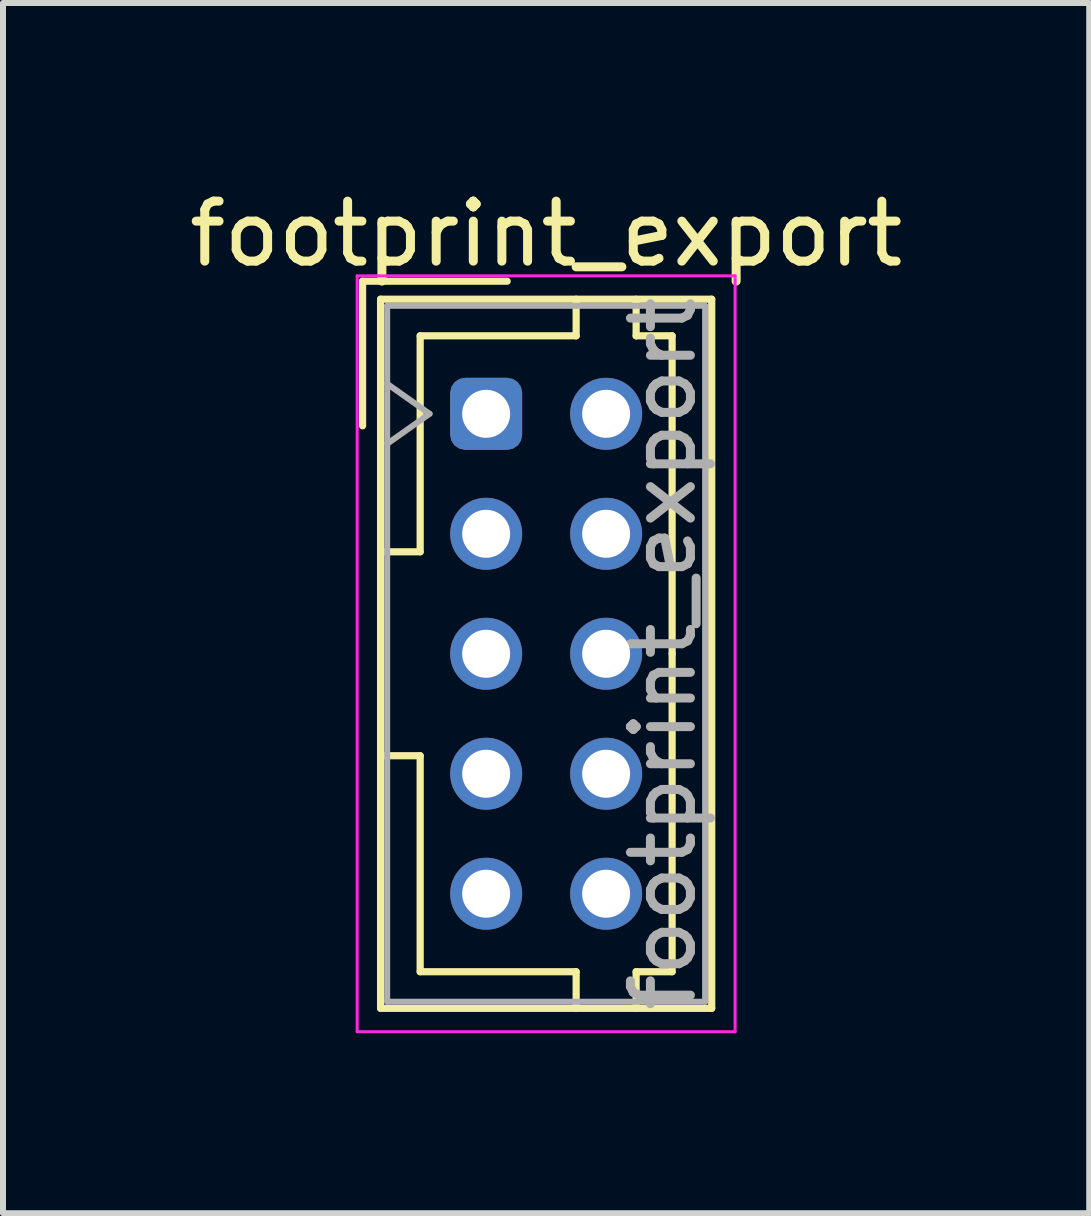
<source format=kicad_pcb>
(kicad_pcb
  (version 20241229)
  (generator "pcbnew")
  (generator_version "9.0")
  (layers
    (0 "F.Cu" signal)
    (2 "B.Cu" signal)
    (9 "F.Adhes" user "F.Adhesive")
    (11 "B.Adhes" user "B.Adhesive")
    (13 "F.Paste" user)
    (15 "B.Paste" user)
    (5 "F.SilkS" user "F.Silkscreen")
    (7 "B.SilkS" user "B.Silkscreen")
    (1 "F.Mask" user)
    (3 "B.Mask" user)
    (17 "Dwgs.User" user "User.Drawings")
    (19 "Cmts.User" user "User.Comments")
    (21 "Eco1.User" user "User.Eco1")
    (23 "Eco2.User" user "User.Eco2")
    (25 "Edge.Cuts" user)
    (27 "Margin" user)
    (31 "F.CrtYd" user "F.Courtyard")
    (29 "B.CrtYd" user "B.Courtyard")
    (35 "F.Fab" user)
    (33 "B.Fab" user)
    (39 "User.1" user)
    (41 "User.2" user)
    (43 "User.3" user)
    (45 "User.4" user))
  (footprint "footprint_export"
    (layer "F.Cu")
    (at 5.054 3.848)
    (property "Reference" "footprint_export" (at 1 -3 0) (layer "F.SilkS") (effects (font (size 1 1) (thickness 0.15))))
    (attr through_hole)
    (fp_line (start -2.06 -2.21) (end -2.06 0.2) (stroke (width 0.12) (type solid)) (layer "F.SilkS"))
    (fp_line (start -1.76 -1.91) (end -1.76 9.91) (stroke (width 0.12) (type solid)) (layer "F.SilkS"))
    (fp_line (start -1.76 9.91) (end 3.76 9.91) (stroke (width 0.12) (type solid)) (layer "F.SilkS"))
    (fp_line (start -1.1 -1.3) (end -1.1 2.3) (stroke (width 0.12) (type solid)) (layer "F.SilkS"))
    (fp_line (start -1.1 2.3) (end -1.76 2.3) (stroke (width 0.12) (type solid)) (layer "F.SilkS"))
    (fp_line (start -1.1 5.7) (end -1.76 5.7) (stroke (width 0.12) (type solid)) (layer "F.SilkS"))
    (fp_line (start -1.1 9.3) (end -1.1 5.7) (stroke (width 0.12) (type solid)) (layer "F.SilkS"))
    (fp_line (start 0.35 -2.21) (end -2.06 -2.21) (stroke (width 0.12) (type solid)) (layer "F.SilkS"))
    (fp_line (start 1.5 -1.91) (end 1.5 -1.3) (stroke (width 0.12) (type solid)) (layer "F.SilkS"))
    (fp_line (start 1.5 -1.3) (end -1.1 -1.3) (stroke (width 0.12) (type solid)) (layer "F.SilkS"))
    (fp_line (start 1.5 9.3) (end -1.1 9.3) (stroke (width 0.12) (type solid)) (layer "F.SilkS"))
    (fp_line (start 1.5 9.91) (end 1.5 9.3) (stroke (width 0.12) (type solid)) (layer "F.SilkS"))
    (fp_line (start 2.5 -1.91) (end 2.5 -1.3) (stroke (width 0.12) (type solid)) (layer "F.SilkS"))
    (fp_line (start 2.5 -1.3) (end 3.1 -1.3) (stroke (width 0.12) (type solid)) (layer "F.SilkS"))
    (fp_line (start 2.5 9.3) (end 3.1 9.3) (stroke (width 0.12) (type solid)) (layer "F.SilkS"))
    (fp_line (start 2.5 9.91) (end 2.5 9.3) (stroke (width 0.12) (type solid)) (layer "F.SilkS"))
    (fp_line (start 3.1 -1.3) (end 3.1 4) (stroke (width 0.12) (type solid)) (layer "F.SilkS"))
    (fp_line (start 3.1 9.3) (end 3.1 4) (stroke (width 0.12) (type solid)) (layer "F.SilkS"))
    (fp_line (start 3.76 -1.91) (end -1.76 -1.91) (stroke (width 0.12) (type solid)) (layer "F.SilkS"))
    (fp_line (start 3.76 9.91) (end 3.76 -1.91) (stroke (width 0.12) (type solid)) (layer "F.SilkS"))
    (fp_line (start -2.15 -2.3) (end -2.15 10.3) (stroke (width 0.05) (type solid)) (layer "F.CrtYd"))
    (fp_line (start -2.15 10.3) (end 4.15 10.3) (stroke (width 0.05) (type solid)) (layer "F.CrtYd"))
    (fp_line (start 4.15 -2.3) (end -2.15 -2.3) (stroke (width 0.05) (type solid)) (layer "F.CrtYd"))
    (fp_line (start 4.15 10.3) (end 4.15 -2.3) (stroke (width 0.05) (type solid)) (layer "F.CrtYd"))
    (fp_line (start -1.65 -1.8) (end -1.65 9.8) (stroke (width 0.1) (type solid)) (layer "F.Fab"))
    (fp_line (start -1.65 0.5) (end -0.943 0) (stroke (width 0.1) (type solid)) (layer "F.Fab"))
    (fp_line (start -1.65 9.8) (end 3.65 9.8) (stroke (width 0.1) (type solid)) (layer "F.Fab"))
    (fp_line (start -0.943 0) (end -1.65 -0.5) (stroke (width 0.1) (type solid)) (layer "F.Fab"))
    (fp_line (start 3.65 -1.8) (end -1.65 -1.8) (stroke (width 0.1) (type solid)) (layer "F.Fab"))
    (fp_line (start 3.65 9.8) (end 3.65 -1.8) (stroke (width 0.1) (type solid)) (layer "F.Fab"))
    (fp_text user "${REFERENCE}" (at 2.95 4 90) (layer "F.Fab") (effects (font (size 1 1) (thickness 0.15))))
    (pad "a1" thru_hole roundrect (at 0 0) (size 1.2 1.2) (drill 0.8) (layers "*.Cu" "*.Mask") (roundrect_rratio 0.208))
    (pad "a2" thru_hole circle (at 0 2) (size 1.2 1.2) (drill 0.8) (layers "*.Cu" "*.Mask"))
    (pad "a3" thru_hole circle (at 0 4) (size 1.2 1.2) (drill 0.8) (layers "*.Cu" "*.Mask"))
    (pad "a4" thru_hole circle (at 0 6) (size 1.2 1.2) (drill 0.8) (layers "*.Cu" "*.Mask"))
    (pad "a5" thru_hole circle (at 0 8) (size 1.2 1.2) (drill 0.8) (layers "*.Cu" "*.Mask"))
    (pad "b1" thru_hole circle (at 2 0) (size 1.2 1.2) (drill 0.8) (layers "*.Cu" "*.Mask"))
    (pad "b2" thru_hole circle (at 2 2) (size 1.2 1.2) (drill 0.8) (layers "*.Cu" "*.Mask"))
    (pad "b3" thru_hole circle (at 2 4) (size 1.2 1.2) (drill 0.8) (layers "*.Cu" "*.Mask"))
    (pad "b4" thru_hole circle (at 2 6) (size 1.2 1.2) (drill 0.8) (layers "*.Cu" "*.Mask"))
    (pad "b5" thru_hole circle (at 2 8) (size 1.2 1.2) (drill 0.8) (layers "*.Cu" "*.Mask")))
  (gr_rect
    (start -3 -3)
    (end 15.107 17.173)
    (stroke (width 0.1) (type default))
    (fill no)
    (layer "Edge.Cuts")))
</source>
